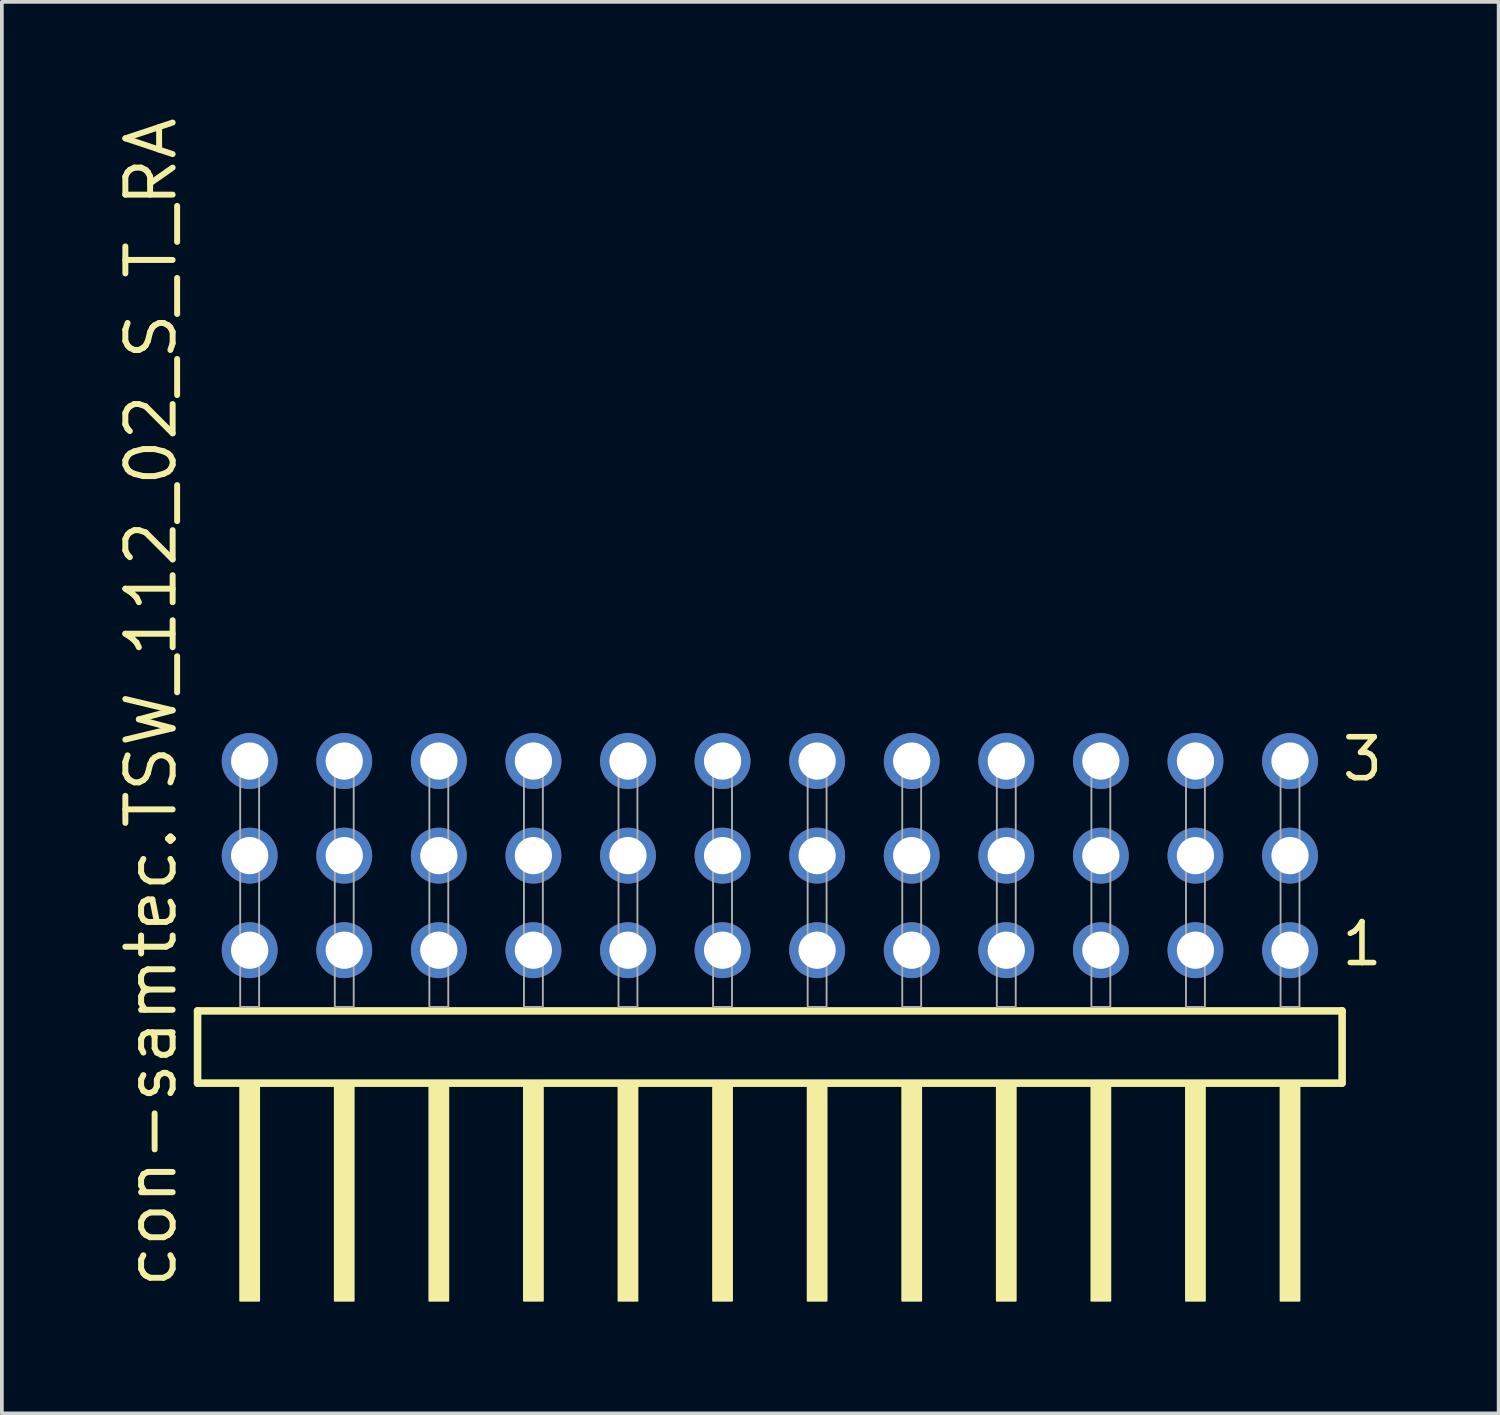
<source format=kicad_pcb>
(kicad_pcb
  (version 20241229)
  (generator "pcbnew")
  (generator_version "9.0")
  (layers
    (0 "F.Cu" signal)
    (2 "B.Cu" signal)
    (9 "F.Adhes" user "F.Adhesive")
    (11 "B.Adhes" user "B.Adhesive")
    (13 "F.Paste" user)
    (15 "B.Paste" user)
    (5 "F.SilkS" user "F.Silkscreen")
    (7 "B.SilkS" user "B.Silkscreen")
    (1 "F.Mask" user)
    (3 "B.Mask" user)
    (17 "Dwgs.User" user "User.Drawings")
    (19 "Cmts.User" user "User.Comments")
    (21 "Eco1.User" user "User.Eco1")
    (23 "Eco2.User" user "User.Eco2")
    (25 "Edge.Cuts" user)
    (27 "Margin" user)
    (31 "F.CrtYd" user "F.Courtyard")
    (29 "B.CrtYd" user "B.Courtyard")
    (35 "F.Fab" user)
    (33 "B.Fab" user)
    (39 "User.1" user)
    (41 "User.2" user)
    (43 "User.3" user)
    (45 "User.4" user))
  (footprint "con-samtec.TSW_112_02_S_T_RA"
    (layer "F.Cu")
    (at 17.625 23.993)
    (property "Reference" "con-samtec.TSW_112_02_S_T_RA" (at -15.875 7.62 90) (layer "F.SilkS") (effects (font (size 1.27 1.27) (thickness 0.16)) (justify left bottom)))
    (attr through_hole)
    (fp_line (start -15.369 0.106) (end -15.369 2.046) (stroke (width 0.203) (type default)) (layer "F.SilkS"))
    (fp_line (start -15.369 2.046) (end 15.369 2.046) (stroke (width 0.203) (type default)) (layer "F.SilkS"))
    (fp_line (start 15.369 0.106) (end -15.369 0.106) (stroke (width 0.203) (type default)) (layer "F.SilkS"))
    (fp_line (start 15.369 2.046) (end 15.369 0.106) (stroke (width 0.203) (type default)) (layer "F.SilkS"))
    (fp_rect (start -14.224 7.89) (end -13.716 2.04) (stroke (width 0.05) (type default)) (fill yes) (layer "F.SilkS"))
    (fp_rect (start -11.684 7.89) (end -11.176 2.04) (stroke (width 0.05) (type default)) (fill yes) (layer "F.SilkS"))
    (fp_rect (start -9.144 7.89) (end -8.636 2.04) (stroke (width 0.05) (type default)) (fill yes) (layer "F.SilkS"))
    (fp_rect (start -6.604 7.89) (end -6.096 2.04) (stroke (width 0.05) (type default)) (fill yes) (layer "F.SilkS"))
    (fp_rect (start -4.064 7.89) (end -3.556 2.04) (stroke (width 0.05) (type default)) (fill yes) (layer "F.SilkS"))
    (fp_rect (start -1.524 7.89) (end -1.016 2.04) (stroke (width 0.05) (type default)) (fill yes) (layer "F.SilkS"))
    (fp_rect (start 1.016 7.89) (end 1.524 2.04) (stroke (width 0.05) (type default)) (fill yes) (layer "F.SilkS"))
    (fp_rect (start 3.556 7.89) (end 4.064 2.04) (stroke (width 0.05) (type default)) (fill yes) (layer "F.SilkS"))
    (fp_rect (start 6.096 7.89) (end 6.604 2.04) (stroke (width 0.05) (type default)) (fill yes) (layer "F.SilkS"))
    (fp_rect (start 8.636 7.89) (end 9.144 2.04) (stroke (width 0.05) (type default)) (fill yes) (layer "F.SilkS"))
    (fp_rect (start 11.176 7.89) (end 11.684 2.04) (stroke (width 0.05) (type default)) (fill yes) (layer "F.SilkS"))
    (fp_rect (start 13.716 7.89) (end 14.224 2.04) (stroke (width 0.05) (type default)) (fill yes) (layer "F.SilkS"))
    (fp_rect (start -14.224 0) (end -13.716 -6.858) (stroke (width 0.05) (type default)) (fill no) (layer "F.Fab"))
    (fp_rect (start -11.684 0) (end -11.176 -6.858) (stroke (width 0.05) (type default)) (fill no) (layer "F.Fab"))
    (fp_rect (start -9.144 0) (end -8.636 -6.858) (stroke (width 0.05) (type default)) (fill no) (layer "F.Fab"))
    (fp_rect (start -6.604 0) (end -6.096 -6.858) (stroke (width 0.05) (type default)) (fill no) (layer "F.Fab"))
    (fp_rect (start -4.064 0) (end -3.556 -6.858) (stroke (width 0.05) (type default)) (fill no) (layer "F.Fab"))
    (fp_rect (start -1.524 0) (end -1.016 -6.858) (stroke (width 0.05) (type default)) (fill no) (layer "F.Fab"))
    (fp_rect (start 1.016 0) (end 1.524 -6.858) (stroke (width 0.05) (type default)) (fill no) (layer "F.Fab"))
    (fp_rect (start 3.556 0) (end 4.064 -6.858) (stroke (width 0.05) (type default)) (fill no) (layer "F.Fab"))
    (fp_rect (start 6.096 0) (end 6.604 -6.858) (stroke (width 0.05) (type default)) (fill no) (layer "F.Fab"))
    (fp_rect (start 8.636 0) (end 9.144 -6.858) (stroke (width 0.05) (type default)) (fill no) (layer "F.Fab"))
    (fp_rect (start 11.176 0) (end 11.684 -6.858) (stroke (width 0.05) (type default)) (fill no) (layer "F.Fab"))
    (fp_rect (start 13.716 0) (end 14.224 -6.858) (stroke (width 0.05) (type default)) (fill no) (layer "F.Fab"))
    (fp_text user "1" (at 15.28 -1.05 0) (layer "F.SilkS") (effects (font (size 1.1 1.1) (thickness 0.15)) (justify left bottom)))
    (fp_text user "3" (at 15.295 -6.015 0) (layer "F.SilkS") (effects (font (size 1.1 1.1) (thickness 0.15)) (justify left bottom)))
    (pad "1" thru_hole circle (at 13.97 -1.524 180) (size 1.5 1.5) (drill 1) (layers "*.Cu" "*.Mask"))
    (pad "2" thru_hole circle (at 13.97 -4.064 180) (size 1.5 1.5) (drill 1) (layers "*.Cu" "*.Mask"))
    (pad "3" thru_hole circle (at 13.97 -6.604 180) (size 1.5 1.5) (drill 1) (layers "*.Cu" "*.Mask"))
    (pad "4" thru_hole circle (at 11.43 -1.524 180) (size 1.5 1.5) (drill 1) (layers "*.Cu" "*.Mask"))
    (pad "5" thru_hole circle (at 11.43 -4.064 180) (size 1.5 1.5) (drill 1) (layers "*.Cu" "*.Mask"))
    (pad "6" thru_hole circle (at 11.43 -6.604 180) (size 1.5 1.5) (drill 1) (layers "*.Cu" "*.Mask"))
    (pad "7" thru_hole circle (at 8.89 -1.524 180) (size 1.5 1.5) (drill 1) (layers "*.Cu" "*.Mask"))
    (pad "8" thru_hole circle (at 8.89 -4.064 180) (size 1.5 1.5) (drill 1) (layers "*.Cu" "*.Mask"))
    (pad "9" thru_hole circle (at 8.89 -6.604 180) (size 1.5 1.5) (drill 1) (layers "*.Cu" "*.Mask"))
    (pad "10" thru_hole circle (at 6.35 -1.524 180) (size 1.5 1.5) (drill 1) (layers "*.Cu" "*.Mask"))
    (pad "11" thru_hole circle (at 6.35 -4.064 180) (size 1.5 1.5) (drill 1) (layers "*.Cu" "*.Mask"))
    (pad "12" thru_hole circle (at 6.35 -6.604 180) (size 1.5 1.5) (drill 1) (layers "*.Cu" "*.Mask"))
    (pad "13" thru_hole circle (at 3.81 -1.524 180) (size 1.5 1.5) (drill 1) (layers "*.Cu" "*.Mask"))
    (pad "14" thru_hole circle (at 3.81 -4.064 180) (size 1.5 1.5) (drill 1) (layers "*.Cu" "*.Mask"))
    (pad "15" thru_hole circle (at 3.81 -6.604 180) (size 1.5 1.5) (drill 1) (layers "*.Cu" "*.Mask"))
    (pad "16" thru_hole circle (at 1.27 -1.524 180) (size 1.5 1.5) (drill 1) (layers "*.Cu" "*.Mask"))
    (pad "17" thru_hole circle (at 1.27 -4.064 180) (size 1.5 1.5) (drill 1) (layers "*.Cu" "*.Mask"))
    (pad "18" thru_hole circle (at 1.27 -6.604 180) (size 1.5 1.5) (drill 1) (layers "*.Cu" "*.Mask"))
    (pad "19" thru_hole circle (at -1.27 -1.524 180) (size 1.5 1.5) (drill 1) (layers "*.Cu" "*.Mask"))
    (pad "20" thru_hole circle (at -1.27 -4.064 180) (size 1.5 1.5) (drill 1) (layers "*.Cu" "*.Mask"))
    (pad "21" thru_hole circle (at -1.27 -6.604 180) (size 1.5 1.5) (drill 1) (layers "*.Cu" "*.Mask"))
    (pad "22" thru_hole circle (at -3.81 -1.524 180) (size 1.5 1.5) (drill 1) (layers "*.Cu" "*.Mask"))
    (pad "23" thru_hole circle (at -3.81 -4.064 180) (size 1.5 1.5) (drill 1) (layers "*.Cu" "*.Mask"))
    (pad "24" thru_hole circle (at -3.81 -6.604 180) (size 1.5 1.5) (drill 1) (layers "*.Cu" "*.Mask"))
    (pad "25" thru_hole circle (at -6.35 -1.524 180) (size 1.5 1.5) (drill 1) (layers "*.Cu" "*.Mask"))
    (pad "26" thru_hole circle (at -6.35 -4.064 180) (size 1.5 1.5) (drill 1) (layers "*.Cu" "*.Mask"))
    (pad "27" thru_hole circle (at -6.35 -6.604 180) (size 1.5 1.5) (drill 1) (layers "*.Cu" "*.Mask"))
    (pad "28" thru_hole circle (at -8.89 -1.524 180) (size 1.5 1.5) (drill 1) (layers "*.Cu" "*.Mask"))
    (pad "29" thru_hole circle (at -8.89 -4.064 180) (size 1.5 1.5) (drill 1) (layers "*.Cu" "*.Mask"))
    (pad "30" thru_hole circle (at -8.89 -6.604 180) (size 1.5 1.5) (drill 1) (layers "*.Cu" "*.Mask"))
    (pad "31" thru_hole circle (at -11.43 -1.524 180) (size 1.5 1.5) (drill 1) (layers "*.Cu" "*.Mask"))
    (pad "32" thru_hole circle (at -11.43 -4.064 180) (size 1.5 1.5) (drill 1) (layers "*.Cu" "*.Mask"))
    (pad "33" thru_hole circle (at -11.43 -6.604 180) (size 1.5 1.5) (drill 1) (layers "*.Cu" "*.Mask"))
    (pad "34" thru_hole circle (at -13.97 -1.524 180) (size 1.5 1.5) (drill 1) (layers "*.Cu" "*.Mask"))
    (pad "35" thru_hole circle (at -13.97 -4.064 180) (size 1.5 1.5) (drill 1) (layers "*.Cu" "*.Mask"))
    (pad "36" thru_hole circle (at -13.97 -6.604 180) (size 1.5 1.5) (drill 1) (layers "*.Cu" "*.Mask")))
  (gr_rect
    (start -3 -3)
    (end 37.198 34.908)
    (stroke (width 0.1) (type default))
    (fill no)
    (layer "Edge.Cuts")))
</source>
